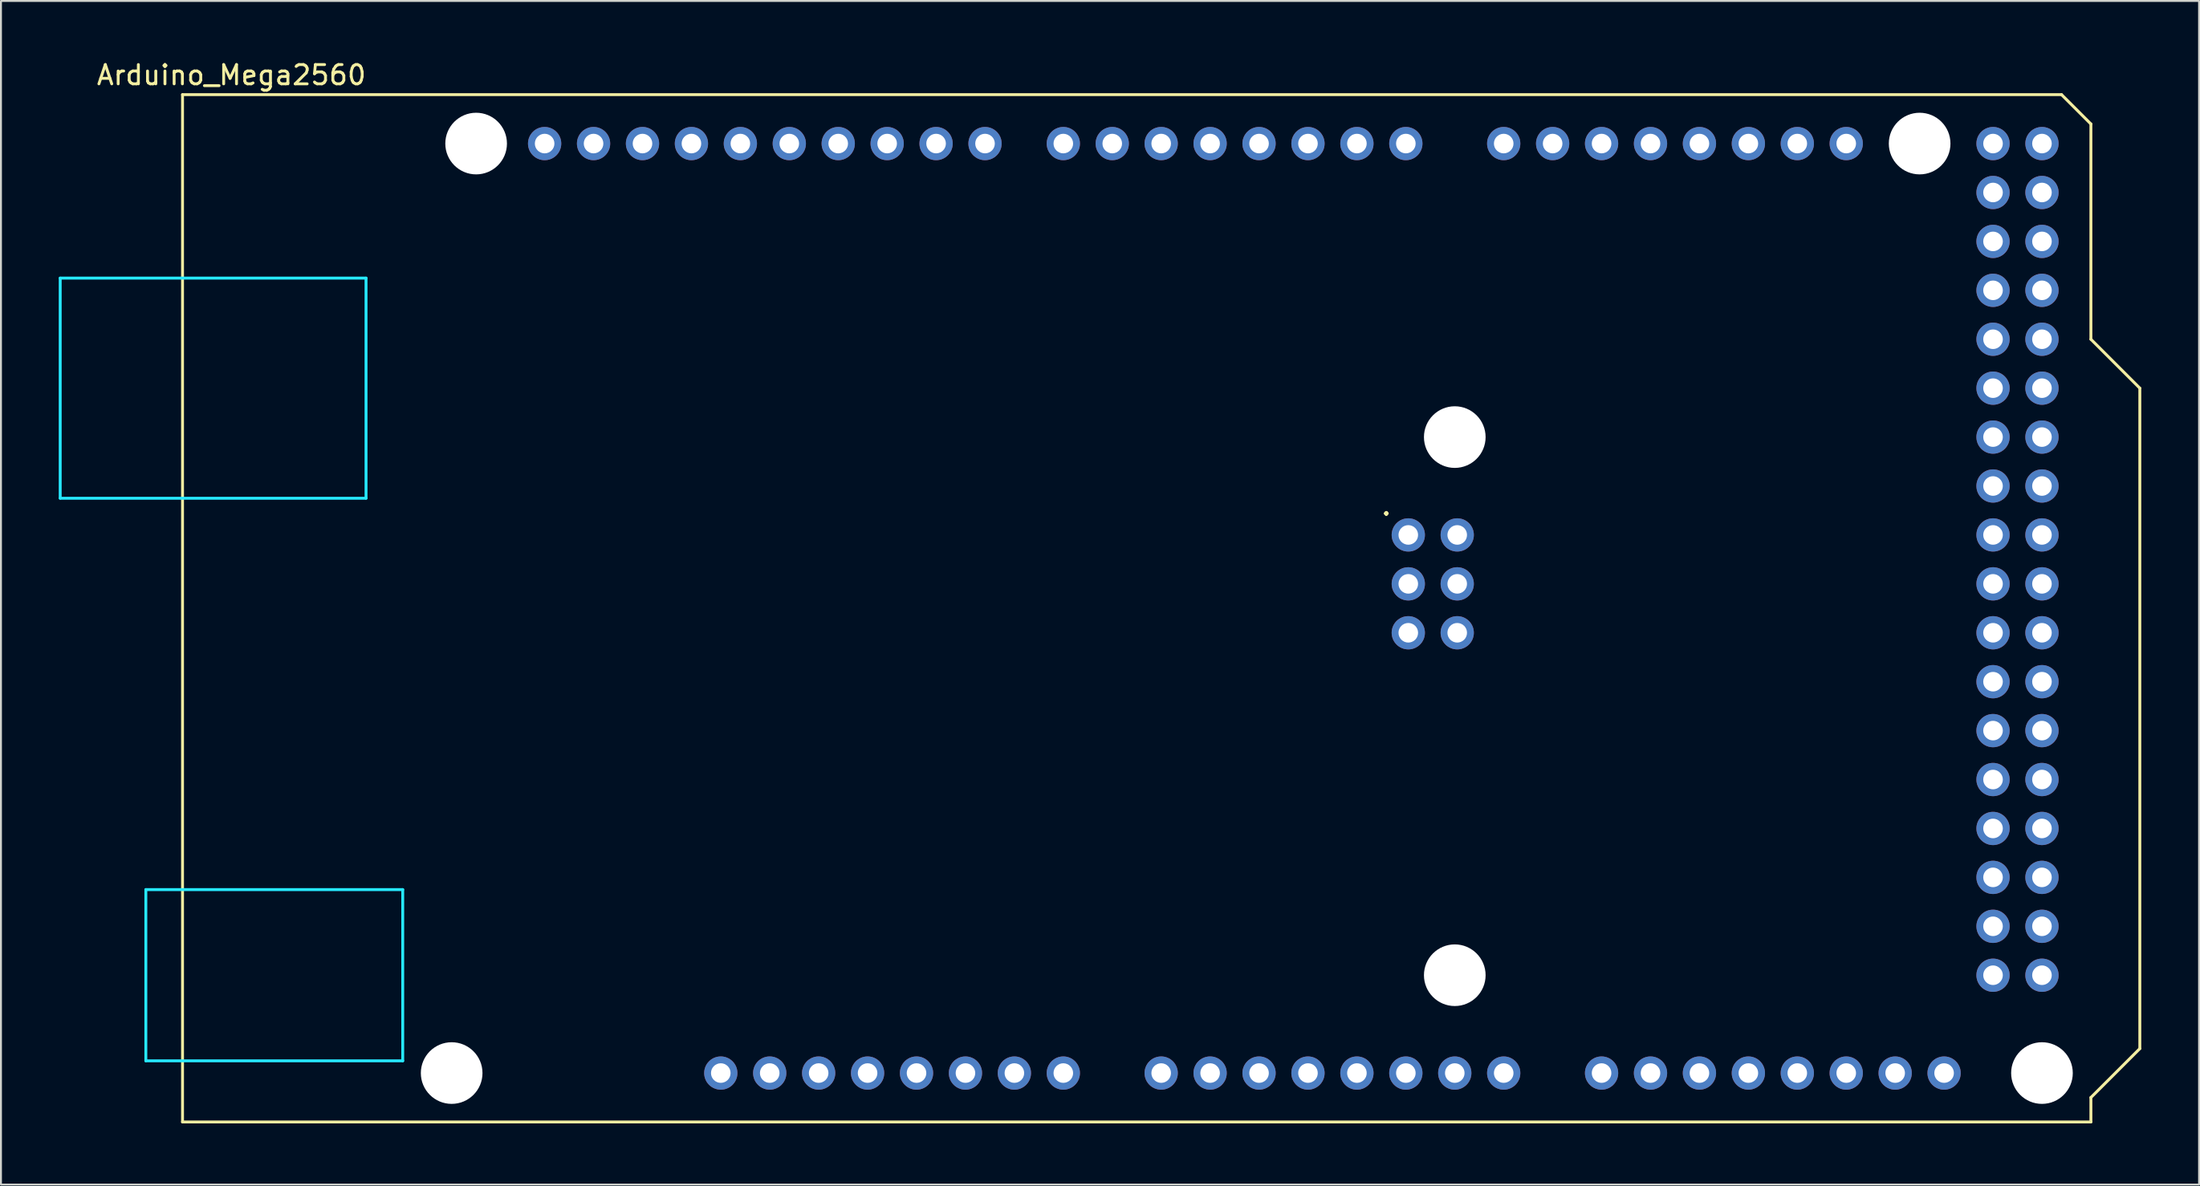
<source format=kicad_pcb>
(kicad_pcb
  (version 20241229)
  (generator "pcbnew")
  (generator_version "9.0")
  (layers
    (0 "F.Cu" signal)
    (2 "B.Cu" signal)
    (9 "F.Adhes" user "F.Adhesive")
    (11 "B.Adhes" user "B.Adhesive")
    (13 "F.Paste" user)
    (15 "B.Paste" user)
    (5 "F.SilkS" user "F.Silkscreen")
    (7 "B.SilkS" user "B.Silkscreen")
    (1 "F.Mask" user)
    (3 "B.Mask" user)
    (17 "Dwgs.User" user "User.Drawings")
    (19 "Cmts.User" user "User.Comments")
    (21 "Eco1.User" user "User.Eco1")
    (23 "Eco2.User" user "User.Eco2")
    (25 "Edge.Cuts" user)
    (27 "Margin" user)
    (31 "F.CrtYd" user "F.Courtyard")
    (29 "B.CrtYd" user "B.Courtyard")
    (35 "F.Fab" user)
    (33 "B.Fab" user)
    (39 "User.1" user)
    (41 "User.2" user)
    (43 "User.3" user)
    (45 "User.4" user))
  (footprint "Arduino_Mega2560"
    (layer "F.Cu")
    (at 6.425 55.204)
    (property "Reference" "Arduino_Mega2560" (at 2.54 -54.356 0) (layer "F.SilkS") (effects (font (size 1 1) (thickness 0.15))))
    (attr through_hole)
    (fp_line (start 0 -53.34) (end 0 0) (stroke (width 0.15) (type solid)) (layer "F.SilkS"))
    (fp_line (start 0 -53.34) (end 97.536 -53.34) (stroke (width 0.15) (type solid)) (layer "F.SilkS"))
    (fp_line (start 0 0) (end 99.06 0) (stroke (width 0.15) (type solid)) (layer "F.SilkS"))
    (fp_line (start 97.536 -53.34) (end 99.06 -51.816) (stroke (width 0.15) (type solid)) (layer "F.SilkS"))
    (fp_line (start 99.06 -40.64) (end 99.06 -51.816) (stroke (width 0.15) (type solid)) (layer "F.SilkS"))
    (fp_line (start 99.06 -1.27) (end 101.6 -3.81) (stroke (width 0.15) (type solid)) (layer "F.SilkS"))
    (fp_line (start 99.06 0) (end 99.06 -1.27) (stroke (width 0.15) (type solid)) (layer "F.SilkS"))
    (fp_line (start 101.6 -38.1) (end 99.06 -40.64) (stroke (width 0.15) (type solid)) (layer "F.SilkS"))
    (fp_line (start 101.6 -3.81) (end 101.6 -38.1) (stroke (width 0.15) (type solid)) (layer "F.SilkS"))
    (fp_line (start -6.35 -43.815) (end -6.35 -32.385) (stroke (width 0.15) (type solid)) (layer "B.CrtYd"))
    (fp_line (start -1.905 -12.065) (end -1.905 -3.175) (stroke (width 0.15) (type solid)) (layer "B.CrtYd"))
    (fp_line (start -1.905 -12.065) (end 11.43 -12.065) (stroke (width 0.15) (type solid)) (layer "B.CrtYd"))
    (fp_line (start -1.905 -3.175) (end 11.43 -3.175) (stroke (width 0.15) (type solid)) (layer "B.CrtYd"))
    (fp_line (start 9.525 -43.815) (end -6.35 -43.815) (stroke (width 0.15) (type solid)) (layer "B.CrtYd"))
    (fp_line (start 9.525 -43.815) (end 9.525 -32.385) (stroke (width 0.15) (type solid)) (layer "B.CrtYd"))
    (fp_line (start 9.525 -32.385) (end -6.35 -32.385) (stroke (width 0.15) (type solid)) (layer "B.CrtYd"))
    (fp_line (start 11.43 -12.065) (end 11.43 -3.175) (stroke (width 0.15) (type solid)) (layer "B.CrtYd"))
    (fp_text user "." (at 62.484 -32.004 0) (layer "F.SilkS") (effects (font (size 1 1) (thickness 0.15))))
    (pad "" np_thru_hole circle (at 13.97 -2.54) (size 3.2 3.2) (drill 3.2) (layers "*.Cu" "*.Mask"))
    (pad "" np_thru_hole circle (at 15.24 -50.8) (size 3.2 3.2) (drill 3.2) (layers "*.Cu" "*.Mask"))
    (pad "" thru_hole oval (at 27.94 -2.54) (size 1.727 1.727) (drill 1.016) (layers "*.Cu" "*.Mask"))
    (pad "" np_thru_hole circle (at 66.04 -35.56) (size 3.2 3.2) (drill 3.2) (layers "*.Cu" "*.Mask"))
    (pad "" np_thru_hole circle (at 66.04 -7.62) (size 3.2 3.2) (drill 3.2) (layers "*.Cu" "*.Mask"))
    (pad "" np_thru_hole circle (at 90.17 -50.8) (size 3.2 3.2) (drill 3.2) (layers "*.Cu" "*.Mask"))
    (pad "" np_thru_hole circle (at 96.52 -2.54) (size 3.2 3.2) (drill 3.2) (layers "*.Cu" "*.Mask"))
    (pad "3V3" thru_hole oval (at 35.56 -2.54) (size 1.727 1.727) (drill 1.016) (layers "*.Cu" "*.Mask"))
    (pad "5V1" thru_hole oval (at 38.1 -2.54) (size 1.727 1.727) (drill 1.016) (layers "*.Cu" "*.Mask"))
    (pad "5V2" thru_hole oval (at 66.167 -30.48) (size 1.727 1.727) (drill 1.016) (layers "*.Cu" "*.Mask"))
    (pad "5V3" thru_hole oval (at 93.98 -50.8) (size 1.727 1.727) (drill 1.016) (layers "*.Cu" "*.Mask"))
    (pad "5V4" thru_hole oval (at 96.52 -50.8) (size 1.727 1.727) (drill 1.016) (layers "*.Cu" "*.Mask"))
    (pad "A0" thru_hole oval (at 50.8 -2.54) (size 1.727 1.727) (drill 1.016) (layers "*.Cu" "*.Mask"))
    (pad "A1" thru_hole oval (at 53.34 -2.54) (size 1.727 1.727) (drill 1.016) (layers "*.Cu" "*.Mask"))
    (pad "A2" thru_hole oval (at 55.88 -2.54) (size 1.727 1.727) (drill 1.016) (layers "*.Cu" "*.Mask"))
    (pad "A3" thru_hole oval (at 58.42 -2.54) (size 1.727 1.727) (drill 1.016) (layers "*.Cu" "*.Mask"))
    (pad "A4" thru_hole oval (at 60.96 -2.54) (size 1.727 1.727) (drill 1.016) (layers "*.Cu" "*.Mask"))
    (pad "A5" thru_hole oval (at 63.5 -2.54) (size 1.727 1.727) (drill 1.016) (layers "*.Cu" "*.Mask"))
    (pad "A6" thru_hole oval (at 66.04 -2.54) (size 1.727 1.727) (drill 1.016) (layers "*.Cu" "*.Mask"))
    (pad "A7" thru_hole oval (at 68.58 -2.54) (size 1.727 1.727) (drill 1.016) (layers "*.Cu" "*.Mask"))
    (pad "A8" thru_hole oval (at 73.66 -2.54) (size 1.727 1.727) (drill 1.016) (layers "*.Cu" "*.Mask"))
    (pad "A9" thru_hole oval (at 76.2 -2.54) (size 1.727 1.727) (drill 1.016) (layers "*.Cu" "*.Mask"))
    (pad "A10" thru_hole oval (at 78.74 -2.54) (size 1.727 1.727) (drill 1.016) (layers "*.Cu" "*.Mask"))
    (pad "A11" thru_hole oval (at 81.28 -2.54) (size 1.727 1.727) (drill 1.016) (layers "*.Cu" "*.Mask"))
    (pad "A12" thru_hole oval (at 83.82 -2.54) (size 1.727 1.727) (drill 1.016) (layers "*.Cu" "*.Mask"))
    (pad "A13" thru_hole oval (at 86.36 -2.54) (size 1.727 1.727) (drill 1.016) (layers "*.Cu" "*.Mask"))
    (pad "A14" thru_hole oval (at 88.9 -2.54) (size 1.727 1.727) (drill 1.016) (layers "*.Cu" "*.Mask"))
    (pad "A15" thru_hole oval (at 91.44 -2.54) (size 1.727 1.727) (drill 1.016) (layers "*.Cu" "*.Mask"))
    (pad "AREF" thru_hole oval (at 23.876 -50.8) (size 1.727 1.727) (drill 1.016) (layers "*.Cu" "*.Mask"))
    (pad "D0" thru_hole oval (at 63.5 -50.8) (size 1.727 1.727) (drill 1.016) (layers "*.Cu" "*.Mask"))
    (pad "D1" thru_hole oval (at 60.96 -50.8) (size 1.727 1.727) (drill 1.016) (layers "*.Cu" "*.Mask"))
    (pad "D2" thru_hole oval (at 58.42 -50.8) (size 1.727 1.727) (drill 1.016) (layers "*.Cu" "*.Mask"))
    (pad "D3" thru_hole oval (at 55.88 -50.8) (size 1.727 1.727) (drill 1.016) (layers "*.Cu" "*.Mask"))
    (pad "D4" thru_hole oval (at 53.34 -50.8) (size 1.727 1.727) (drill 1.016) (layers "*.Cu" "*.Mask"))
    (pad "D5" thru_hole oval (at 50.8 -50.8) (size 1.727 1.727) (drill 1.016) (layers "*.Cu" "*.Mask"))
    (pad "D6" thru_hole oval (at 48.26 -50.8) (size 1.727 1.727) (drill 1.016) (layers "*.Cu" "*.Mask"))
    (pad "D7" thru_hole oval (at 45.72 -50.8) (size 1.727 1.727) (drill 1.016) (layers "*.Cu" "*.Mask"))
    (pad "D8" thru_hole oval (at 41.656 -50.8) (size 1.727 1.727) (drill 1.016) (layers "*.Cu" "*.Mask"))
    (pad "D9" thru_hole oval (at 39.116 -50.8) (size 1.727 1.727) (drill 1.016) (layers "*.Cu" "*.Mask"))
    (pad "D10" thru_hole oval (at 36.576 -50.8) (size 1.727 1.727) (drill 1.016) (layers "*.Cu" "*.Mask"))
    (pad "D11" thru_hole oval (at 34.036 -50.8) (size 1.727 1.727) (drill 1.016) (layers "*.Cu" "*.Mask"))
    (pad "D12" thru_hole oval (at 31.496 -50.8) (size 1.727 1.727) (drill 1.016) (layers "*.Cu" "*.Mask"))
    (pad "D13" thru_hole oval (at 28.956 -50.8) (size 1.727 1.727) (drill 1.016) (layers "*.Cu" "*.Mask"))
    (pad "D14" thru_hole oval (at 68.58 -50.8) (size 1.727 1.727) (drill 1.016) (layers "*.Cu" "*.Mask"))
    (pad "D15" thru_hole oval (at 71.12 -50.8) (size 1.727 1.727) (drill 1.016) (layers "*.Cu" "*.Mask"))
    (pad "D16" thru_hole oval (at 73.66 -50.8) (size 1.727 1.727) (drill 1.016) (layers "*.Cu" "*.Mask"))
    (pad "D17" thru_hole oval (at 76.2 -50.8) (size 1.727 1.727) (drill 1.016) (layers "*.Cu" "*.Mask"))
    (pad "D18" thru_hole oval (at 78.74 -50.8) (size 1.727 1.727) (drill 1.016) (layers "*.Cu" "*.Mask"))
    (pad "D19" thru_hole oval (at 81.28 -50.8) (size 1.727 1.727) (drill 1.016) (layers "*.Cu" "*.Mask"))
    (pad "D20" thru_hole oval (at 83.82 -50.8) (size 1.727 1.727) (drill 1.016) (layers "*.Cu" "*.Mask"))
    (pad "D21" thru_hole oval (at 86.36 -50.8) (size 1.727 1.727) (drill 1.016) (layers "*.Cu" "*.Mask"))
    (pad "D22" thru_hole oval (at 93.98 -48.26) (size 1.727 1.727) (drill 1.016) (layers "*.Cu" "*.Mask"))
    (pad "D23" thru_hole oval (at 96.52 -48.26) (size 1.727 1.727) (drill 1.016) (layers "*.Cu" "*.Mask"))
    (pad "D24" thru_hole oval (at 93.98 -45.72) (size 1.727 1.727) (drill 1.016) (layers "*.Cu" "*.Mask"))
    (pad "D25" thru_hole oval (at 96.52 -45.72) (size 1.727 1.727) (drill 1.016) (layers "*.Cu" "*.Mask"))
    (pad "D26" thru_hole oval (at 93.98 -43.18) (size 1.727 1.727) (drill 1.016) (layers "*.Cu" "*.Mask"))
    (pad "D27" thru_hole oval (at 96.52 -43.18) (size 1.727 1.727) (drill 1.016) (layers "*.Cu" "*.Mask"))
    (pad "D28" thru_hole oval (at 93.98 -40.64) (size 1.727 1.727) (drill 1.016) (layers "*.Cu" "*.Mask"))
    (pad "D29" thru_hole oval (at 96.52 -40.64) (size 1.727 1.727) (drill 1.016) (layers "*.Cu" "*.Mask"))
    (pad "D30" thru_hole oval (at 93.98 -38.1) (size 1.727 1.727) (drill 1.016) (layers "*.Cu" "*.Mask"))
    (pad "D31" thru_hole oval (at 96.52 -38.1) (size 1.727 1.727) (drill 1.016) (layers "*.Cu" "*.Mask"))
    (pad "D32" thru_hole oval (at 93.98 -35.56) (size 1.727 1.727) (drill 1.016) (layers "*.Cu" "*.Mask"))
    (pad "D33" thru_hole oval (at 96.52 -35.56) (size 1.727 1.727) (drill 1.016) (layers "*.Cu" "*.Mask"))
    (pad "D34" thru_hole oval (at 93.98 -33.02) (size 1.727 1.727) (drill 1.016) (layers "*.Cu" "*.Mask"))
    (pad "D35" thru_hole oval (at 96.52 -33.02) (size 1.727 1.727) (drill 1.016) (layers "*.Cu" "*.Mask"))
    (pad "D36" thru_hole oval (at 93.98 -30.48) (size 1.727 1.727) (drill 1.016) (layers "*.Cu" "*.Mask"))
    (pad "D37" thru_hole oval (at 96.52 -30.48) (size 1.727 1.727) (drill 1.016) (layers "*.Cu" "*.Mask"))
    (pad "D38" thru_hole oval (at 93.98 -27.94) (size 1.727 1.727) (drill 1.016) (layers "*.Cu" "*.Mask"))
    (pad "D39" thru_hole oval (at 96.52 -27.94) (size 1.727 1.727) (drill 1.016) (layers "*.Cu" "*.Mask"))
    (pad "D40" thru_hole oval (at 93.98 -25.4) (size 1.727 1.727) (drill 1.016) (layers "*.Cu" "*.Mask"))
    (pad "D41" thru_hole oval (at 96.52 -25.4) (size 1.727 1.727) (drill 1.016) (layers "*.Cu" "*.Mask"))
    (pad "D42" thru_hole oval (at 93.98 -22.86) (size 1.727 1.727) (drill 1.016) (layers "*.Cu" "*.Mask"))
    (pad "D43" thru_hole oval (at 96.52 -22.86) (size 1.727 1.727) (drill 1.016) (layers "*.Cu" "*.Mask"))
    (pad "D44" thru_hole oval (at 93.98 -20.32) (size 1.727 1.727) (drill 1.016) (layers "*.Cu" "*.Mask"))
    (pad "D45" thru_hole oval (at 96.52 -20.32) (size 1.727 1.727) (drill 1.016) (layers "*.Cu" "*.Mask"))
    (pad "D46" thru_hole oval (at 93.98 -17.78) (size 1.727 1.727) (drill 1.016) (layers "*.Cu" "*.Mask"))
    (pad "D47" thru_hole oval (at 96.52 -17.78) (size 1.727 1.727) (drill 1.016) (layers "*.Cu" "*.Mask"))
    (pad "D48" thru_hole oval (at 93.98 -15.24) (size 1.727 1.727) (drill 1.016) (layers "*.Cu" "*.Mask"))
    (pad "D49" thru_hole oval (at 96.52 -15.24) (size 1.727 1.727) (drill 1.016) (layers "*.Cu" "*.Mask"))
    (pad "D50" thru_hole oval (at 93.98 -12.7) (size 1.727 1.727) (drill 1.016) (layers "*.Cu" "*.Mask"))
    (pad "D51" thru_hole oval (at 96.52 -12.7) (size 1.727 1.727) (drill 1.016) (layers "*.Cu" "*.Mask"))
    (pad "D52" thru_hole oval (at 93.98 -10.16) (size 1.727 1.727) (drill 1.016) (layers "*.Cu" "*.Mask"))
    (pad "D53" thru_hole oval (at 96.52 -10.16) (size 1.727 1.727) (drill 1.016) (layers "*.Cu" "*.Mask"))
    (pad "GND1" thru_hole oval (at 26.416 -50.8) (size 1.727 1.727) (drill 1.016) (layers "*.Cu" "*.Mask"))
    (pad "GND2" thru_hole oval (at 40.64 -2.54) (size 1.727 1.727) (drill 1.016) (layers "*.Cu" "*.Mask"))
    (pad "GND3" thru_hole oval (at 43.18 -2.54) (size 1.727 1.727) (drill 1.016) (layers "*.Cu" "*.Mask"))
    (pad "GND4" thru_hole oval (at 66.167 -25.4) (size 1.727 1.727) (drill 1.016) (layers "*.Cu" "*.Mask"))
    (pad "GND5" thru_hole oval (at 93.98 -7.62) (size 1.727 1.727) (drill 1.016) (layers "*.Cu" "*.Mask"))
    (pad "GND6" thru_hole oval (at 96.52 -7.62) (size 1.727 1.727) (drill 1.016) (layers "*.Cu" "*.Mask"))
    (pad "IORF" thru_hole oval (at 30.48 -2.54) (size 1.727 1.727) (drill 1.016) (layers "*.Cu" "*.Mask"))
    (pad "MISO" thru_hole oval (at 63.627 -30.48) (size 1.727 1.727) (drill 1.016) (layers "*.Cu" "*.Mask"))
    (pad "MOSI" thru_hole oval (at 66.167 -27.94) (size 1.727 1.727) (drill 1.016) (layers "*.Cu" "*.Mask"))
    (pad "RST1" thru_hole oval (at 33.02 -2.54) (size 1.727 1.727) (drill 1.016) (layers "*.Cu" "*.Mask"))
    (pad "RST2" thru_hole oval (at 63.627 -25.4) (size 1.727 1.727) (drill 1.016) (layers "*.Cu" "*.Mask"))
    (pad "SCK" thru_hole oval (at 63.627 -27.94) (size 1.727 1.727) (drill 1.016) (layers "*.Cu" "*.Mask"))
    (pad "SCL" thru_hole oval (at 18.796 -50.8) (size 1.727 1.727) (drill 1.016) (layers "*.Cu" "*.Mask"))
    (pad "SDA" thru_hole oval (at 21.336 -50.8) (size 1.727 1.727) (drill 1.016) (layers "*.Cu" "*.Mask"))
    (pad "VIN" thru_hole oval (at 45.72 -2.54) (size 1.727 1.727) (drill 1.016) (layers "*.Cu" "*.Mask")))
  (gr_rect
    (start -3 -3)
    (end 111.1 58.454)
    (stroke (width 0.1) (type default))
    (fill no)
    (layer "Edge.Cuts")))
</source>
